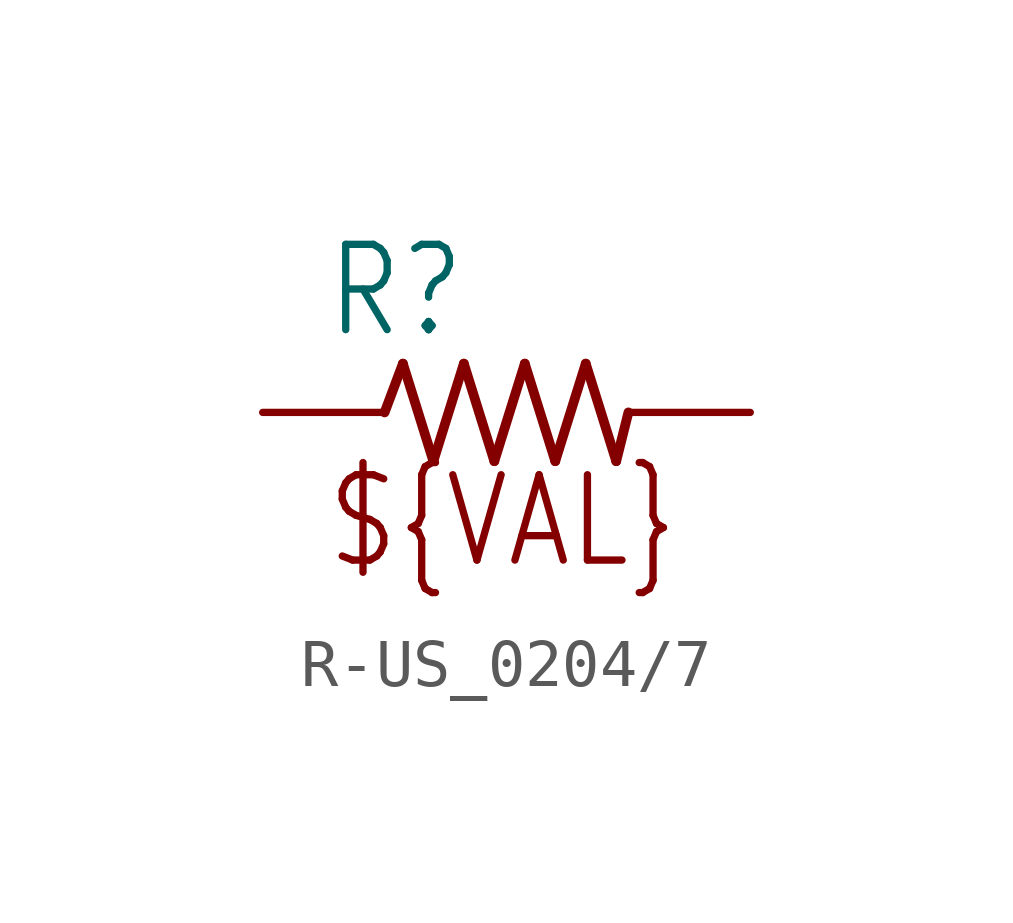
<source format=kicad_sym>
(kicad_symbol_lib
  (version 20231120)
  (generator "kicad_symbol_editor")
  (generator_version "8.0")
  (symbol "R-US_0204/7"
    (property "Reference" "R"
      (at -3.81 1.499 0)
      (effects (font (size 1.778 1.511)) (justify left bottom)))
    (property "ki_locked" ""
      (at 0 0 0)
      (effects (font (size 1.27 1.27))))
    (symbol "R-US_0204/7_1_0"
      (polyline (pts (xy -2.54 0) (xy -2.159 1.016)) (stroke (width 0.203) (type solid)) (fill (type none)))
      (polyline (pts (xy -2.159 1.016) (xy -1.524 -1.016)) (stroke (width 0.203) (type solid)) (fill (type none)))
      (polyline (pts (xy -1.524 -1.016) (xy -0.889 1.016)) (stroke (width 0.203) (type solid)) (fill (type none)))
      (polyline (pts (xy -0.889 1.016) (xy -0.254 -1.016)) (stroke (width 0.203) (type solid)) (fill (type none)))
      (polyline (pts (xy -0.254 -1.016) (xy 0.381 1.016)) (stroke (width 0.203) (type solid)) (fill (type none)))
      (polyline (pts (xy 0.381 1.016) (xy 1.016 -1.016)) (stroke (width 0.203) (type solid)) (fill (type none)))
      (polyline (pts (xy 1.016 -1.016) (xy 1.651 1.016)) (stroke (width 0.203) (type solid)) (fill (type none)))
      (polyline (pts (xy 1.651 1.016) (xy 2.286 -1.016)) (stroke (width 0.203) (type solid)) (fill (type none)))
      (polyline (pts (xy 2.286 -1.016) (xy 2.54 0)) (stroke (width 0.203) (type solid)) (fill (type none)))
      (text "${VAL}" (at -3.81 -3.302 0) (effects (font (size 1.778 1.511)) (justify left bottom)))
      (pin passive line (at -5.08 0 0) (length 2.54) (name "1" (effects (font (size 0 0)))) (number "1" (effects (font (size 0 0)))))
      (pin passive line (at 5.08 0 180) (length 2.54) (name "2" (effects (font (size 0 0)))) (number "2" (effects (font (size 0 0))))))))
</source>
